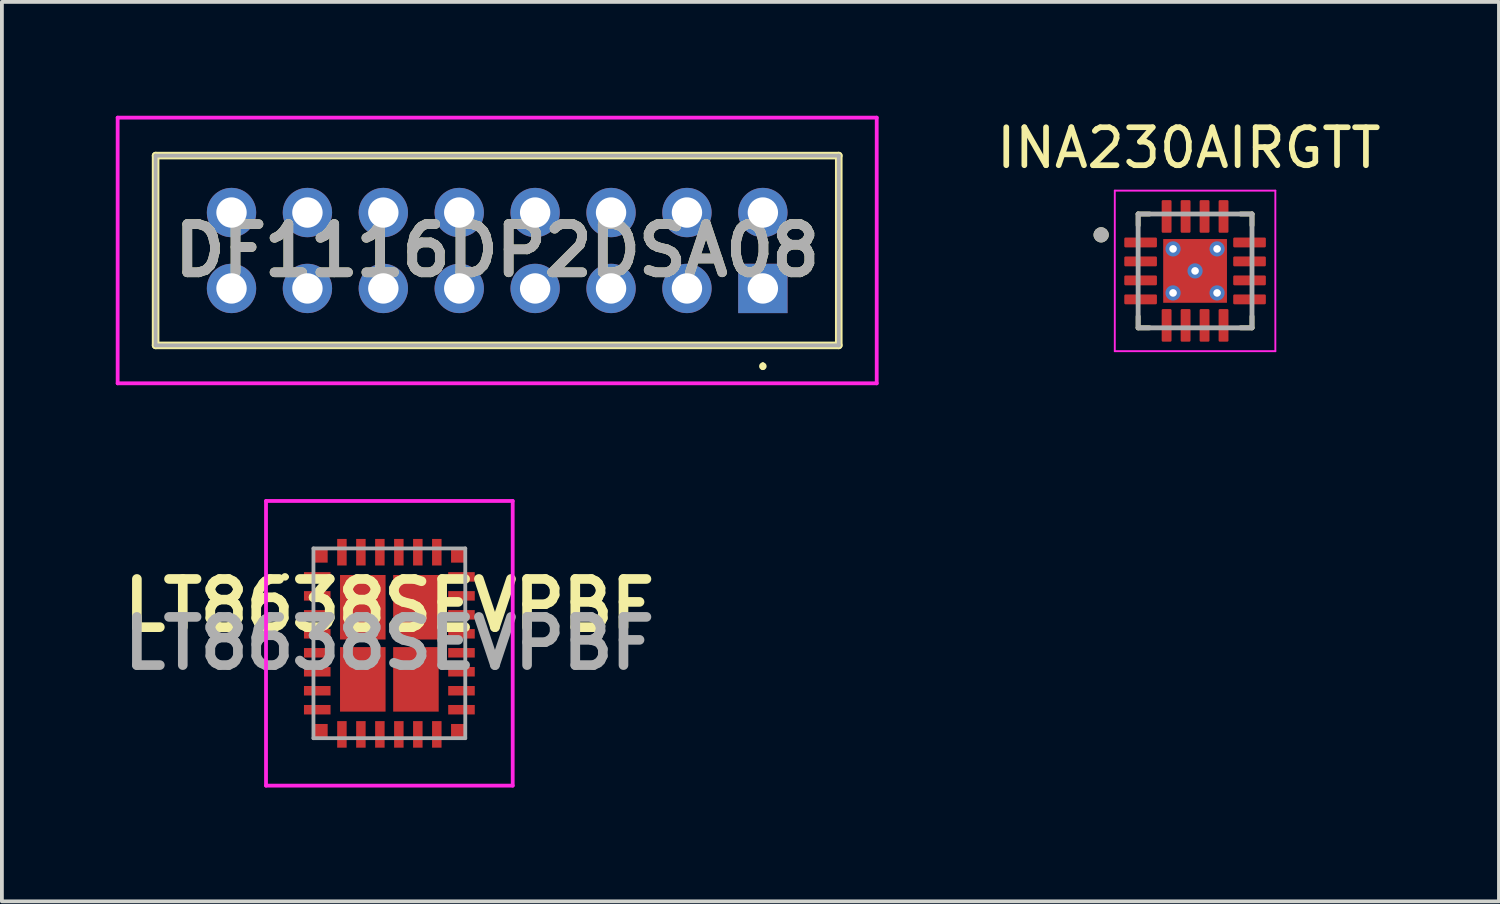
<source format=kicad_pcb>
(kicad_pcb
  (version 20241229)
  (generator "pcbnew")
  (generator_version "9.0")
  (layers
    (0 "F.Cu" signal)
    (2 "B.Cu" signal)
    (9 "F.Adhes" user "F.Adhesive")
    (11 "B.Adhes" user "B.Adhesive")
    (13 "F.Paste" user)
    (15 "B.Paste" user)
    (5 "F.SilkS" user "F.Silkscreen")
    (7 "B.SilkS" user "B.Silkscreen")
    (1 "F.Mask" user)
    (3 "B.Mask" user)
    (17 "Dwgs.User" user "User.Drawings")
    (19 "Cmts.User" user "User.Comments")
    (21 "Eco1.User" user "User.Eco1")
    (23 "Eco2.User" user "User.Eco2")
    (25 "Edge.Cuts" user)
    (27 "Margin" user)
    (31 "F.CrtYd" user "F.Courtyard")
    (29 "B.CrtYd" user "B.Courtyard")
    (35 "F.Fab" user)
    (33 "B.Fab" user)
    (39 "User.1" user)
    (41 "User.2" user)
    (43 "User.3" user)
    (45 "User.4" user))
  (footprint "INA230AIRGTT"
    (layer "F.Cu")
    (at 28.438 4.088)
    (property "Reference" "INA230AIRGTT" (at -0.165 -3.24 0) (layer "F.SilkS") (effects (font (size 1 1) (thickness 0.15))))
    (attr smd)
    (fp_line (start -1.5 -1.5) (end -1.5 -1.2) (stroke (width 0.127) (type solid)) (layer "F.SilkS"))
    (fp_line (start -1.5 -1.5) (end -1.2 -1.5) (stroke (width 0.127) (type solid)) (layer "F.SilkS"))
    (fp_line (start -1.5 1.5) (end -1.5 1.2) (stroke (width 0.127) (type solid)) (layer "F.SilkS"))
    (fp_line (start -1.5 1.5) (end -1.2 1.5) (stroke (width 0.127) (type solid)) (layer "F.SilkS"))
    (fp_line (start 1.5 -1.5) (end 1.2 -1.5) (stroke (width 0.127) (type solid)) (layer "F.SilkS"))
    (fp_line (start 1.5 -1.5) (end 1.5 -1.2) (stroke (width 0.127) (type solid)) (layer "F.SilkS"))
    (fp_line (start 1.5 1.5) (end 1.2 1.5) (stroke (width 0.127) (type solid)) (layer "F.SilkS"))
    (fp_line (start 1.5 1.5) (end 1.5 1.2) (stroke (width 0.127) (type solid)) (layer "F.SilkS"))
    (fp_circle (center -2.475 -0.95) (end -2.375 -0.95) (stroke (width 0.2) (type solid)) (fill no) (layer "F.SilkS"))
    (fp_poly (pts (xy -0.53 -0.53) (xy 0.53 -0.53) (xy 0.53 0.53) (xy -0.53 0.53)) (stroke (width 0.01) (type solid)) (fill yes) (layer "F.Paste"))
    (fp_line (start -2.115 -2.115) (end 2.115 -2.115) (stroke (width 0.05) (type solid)) (layer "F.CrtYd"))
    (fp_line (start -2.115 2.115) (end -2.115 -2.115) (stroke (width 0.05) (type solid)) (layer "F.CrtYd"))
    (fp_line (start -2.115 2.115) (end 2.115 2.115) (stroke (width 0.05) (type solid)) (layer "F.CrtYd"))
    (fp_line (start 2.115 2.115) (end 2.115 -2.115) (stroke (width 0.05) (type solid)) (layer "F.CrtYd"))
    (fp_line (start -1.5 1.5) (end -1.5 -1.5) (stroke (width 0.127) (type solid)) (layer "F.Fab"))
    (fp_line (start 1.5 -1.5) (end -1.5 -1.5) (stroke (width 0.127) (type solid)) (layer "F.Fab"))
    (fp_line (start 1.5 1.5) (end -1.5 1.5) (stroke (width 0.127) (type solid)) (layer "F.Fab"))
    (fp_line (start 1.5 1.5) (end 1.5 -1.5) (stroke (width 0.127) (type solid)) (layer "F.Fab"))
    (fp_circle (center -2.475 -0.95) (end -2.375 -0.95) (stroke (width 0.2) (type solid)) (fill no) (layer "F.Fab"))
    (pad "1" smd roundrect (at -1.435 -0.75) (size 0.86 0.26) (layers "F.Cu" "F.Mask" "F.Paste") (roundrect_rratio 0.125))
    (pad "2" smd roundrect (at -1.435 -0.25) (size 0.86 0.26) (layers "F.Cu" "F.Mask" "F.Paste") (roundrect_rratio 0.125))
    (pad "3" smd roundrect (at -1.435 0.25) (size 0.86 0.26) (layers "F.Cu" "F.Mask" "F.Paste") (roundrect_rratio 0.125))
    (pad "4" smd roundrect (at -1.435 0.75) (size 0.86 0.26) (layers "F.Cu" "F.Mask" "F.Paste") (roundrect_rratio 0.125))
    (pad "5" smd roundrect (at -0.75 1.435) (size 0.26 0.86) (layers "F.Cu" "F.Mask" "F.Paste") (roundrect_rratio 0.125))
    (pad "6" smd roundrect (at -0.75 -1.435) (size 0.26 0.86) (layers "F.Cu" "F.Mask" "F.Paste") (roundrect_rratio 0.125))
    (pad "6" smd roundrect (at -0.25 -1.435) (size 0.26 0.86) (layers "F.Cu" "F.Mask" "F.Paste") (roundrect_rratio 0.125))
    (pad "6" smd roundrect (at -0.25 1.435) (size 0.26 0.86) (layers "F.Cu" "F.Mask" "F.Paste") (roundrect_rratio 0.125))
    (pad "6" smd roundrect (at 0.25 -1.435) (size 0.26 0.86) (layers "F.Cu" "F.Mask" "F.Paste") (roundrect_rratio 0.125))
    (pad "6" smd roundrect (at 0.25 1.435) (size 0.26 0.86) (layers "F.Cu" "F.Mask" "F.Paste") (roundrect_rratio 0.125))
    (pad "6" smd roundrect (at 0.75 1.435) (size 0.26 0.86) (layers "F.Cu" "F.Mask" "F.Paste") (roundrect_rratio 0.125))
    (pad "9" smd roundrect (at 1.435 0.75) (size 0.86 0.26) (layers "F.Cu" "F.Mask" "F.Paste") (roundrect_rratio 0.125))
    (pad "10" smd roundrect (at 1.435 0.25) (size 0.86 0.26) (layers "F.Cu" "F.Mask" "F.Paste") (roundrect_rratio 0.125))
    (pad "11" smd roundrect (at 1.435 -0.25) (size 0.86 0.26) (layers "F.Cu" "F.Mask" "F.Paste") (roundrect_rratio 0.125))
    (pad "12" smd roundrect (at 1.435 -0.75) (size 0.86 0.26) (layers "F.Cu" "F.Mask" "F.Paste") (roundrect_rratio 0.125))
    (pad "13" smd roundrect (at 0.75 -1.435) (size 0.26 0.86) (layers "F.Cu" "F.Mask" "F.Paste") (roundrect_rratio 0.125))
    (pad "17" smd rect (at 0 0) (size 1.68 1.68) (layers "F.Cu" "F.Mask"))
    (pad "18" thru_hole circle (at 0 0) (size 0.4 0.4) (drill 0.2) (layers "*.Cu"))
    (pad "19" thru_hole circle (at -0.58 -0.58) (size 0.4 0.4) (drill 0.2) (layers "*.Cu"))
    (pad "20" thru_hole circle (at 0.58 -0.58) (size 0.4 0.4) (drill 0.2) (layers "*.Cu"))
    (pad "21" thru_hole circle (at -0.58 0.58) (size 0.4 0.4) (drill 0.2) (layers "*.Cu"))
    (pad "22" thru_hole circle (at 0.58 0.58) (size 0.4 0.4) (drill 0.2) (layers "*.Cu")))
  (footprint "DF1116DP2DSA08"
    (layer "F.Cu")
    (at 17.05 4.55)
    (property "Reference" "DF1116DP2DSA08" (at -7 -1 0) (layer "F.SilkS") (effects (font (size 1.27 1.27) (thickness 0.254))))
    (attr through_hole)
    (fp_line (start -16 -3.5) (end 2 -3.5) (stroke (width 0.2) (type solid)) (layer "F.SilkS"))
    (fp_line (start -16 1.5) (end -16 -3.5) (stroke (width 0.2) (type solid)) (layer "F.SilkS"))
    (fp_line (start 0 2) (end 0 2) (stroke (width 0.1) (type solid)) (layer "F.SilkS"))
    (fp_line (start 0 2.1) (end 0 2.1) (stroke (width 0.1) (type solid)) (layer "F.SilkS"))
    (fp_line (start 2 -3.5) (end 2 1.5) (stroke (width 0.2) (type solid)) (layer "F.SilkS"))
    (fp_line (start 2 1.5) (end -16 1.5) (stroke (width 0.2) (type solid)) (layer "F.SilkS"))
    (fp_arc (start 0 2) (mid 0.05 2.05) (end 0 2.1) (stroke (width 0.1) (type solid)) (layer "F.SilkS"))
    (fp_arc (start 0 2.1) (mid -0.05 2.05) (end 0 2) (stroke (width 0.1) (type solid)) (layer "F.SilkS"))
    (fp_line (start -17 -4.5) (end 3 -4.5) (stroke (width 0.1) (type solid)) (layer "F.CrtYd"))
    (fp_line (start -17 2.5) (end -17 -4.5) (stroke (width 0.1) (type solid)) (layer "F.CrtYd"))
    (fp_line (start 3 -4.5) (end 3 2.5) (stroke (width 0.1) (type solid)) (layer "F.CrtYd"))
    (fp_line (start 3 2.5) (end -17 2.5) (stroke (width 0.1) (type solid)) (layer "F.CrtYd"))
    (fp_line (start -16 -3.5) (end -16 1.5) (stroke (width 0.1) (type solid)) (layer "F.Fab"))
    (fp_line (start -16 1.5) (end 2 1.5) (stroke (width 0.1) (type solid)) (layer "F.Fab"))
    (fp_line (start 2 -3.5) (end -16 -3.5) (stroke (width 0.1) (type solid)) (layer "F.Fab"))
    (fp_line (start 2 1.5) (end 2 -3.5) (stroke (width 0.1) (type solid)) (layer "F.Fab"))
    (fp_text user "${REFERENCE}" (at -7 -1 0) (layer "F.Fab") (effects (font (size 1.27 1.27) (thickness 0.254))))
    (pad "1" thru_hole rect (at 0 0) (size 1.3 1.3) (drill 0.8) (layers "*.Cu" "*.Mask"))
    (pad "2" thru_hole circle (at 0 -2) (size 1.3 1.3) (drill 0.8) (layers "*.Cu" "*.Mask"))
    (pad "3" thru_hole circle (at -2 0) (size 1.3 1.3) (drill 0.8) (layers "*.Cu" "*.Mask"))
    (pad "4" thru_hole circle (at -2 -2) (size 1.3 1.3) (drill 0.8) (layers "*.Cu" "*.Mask"))
    (pad "5" thru_hole circle (at -4 0) (size 1.3 1.3) (drill 0.8) (layers "*.Cu" "*.Mask"))
    (pad "6" thru_hole circle (at -4 -2) (size 1.3 1.3) (drill 0.8) (layers "*.Cu" "*.Mask"))
    (pad "7" thru_hole circle (at -6 0) (size 1.3 1.3) (drill 0.8) (layers "*.Cu" "*.Mask"))
    (pad "8" thru_hole circle (at -6 -2) (size 1.3 1.3) (drill 0.8) (layers "*.Cu" "*.Mask"))
    (pad "9" thru_hole circle (at -8 0) (size 1.3 1.3) (drill 0.8) (layers "*.Cu" "*.Mask"))
    (pad "10" thru_hole circle (at -8 -2) (size 1.3 1.3) (drill 0.8) (layers "*.Cu" "*.Mask"))
    (pad "11" thru_hole circle (at -10 0) (size 1.3 1.3) (drill 0.8) (layers "*.Cu" "*.Mask"))
    (pad "12" thru_hole circle (at -10 -2) (size 1.3 1.3) (drill 0.8) (layers "*.Cu" "*.Mask"))
    (pad "13" thru_hole circle (at -12 0) (size 1.3 1.3) (drill 0.8) (layers "*.Cu" "*.Mask"))
    (pad "14" thru_hole circle (at -12 -2) (size 1.3 1.3) (drill 0.8) (layers "*.Cu" "*.Mask"))
    (pad "15" thru_hole circle (at -14 0) (size 1.3 1.3) (drill 0.8) (layers "*.Cu" "*.Mask"))
    (pad "16" thru_hole circle (at -14 -2) (size 1.3 1.3) (drill 0.8) (layers "*.Cu" "*.Mask")))
  (footprint "LT8638SEVPBF"
    (layer "F.Cu")
    (at 7.209 13.9)
    (property "Reference" "LT8638SEVPBF" (at 0 -1 0) (layer "F.SilkS") (effects (font (size 1.27 1.27) (thickness 0.254))))
    (attr smd)
    (fp_line (start -2.8 -1.75) (end -2.8 -1.75) (stroke (width 0.1) (type solid)) (layer "F.SilkS"))
    (fp_line (start -2.7 -1.75) (end -2.7 -1.75) (stroke (width 0.1) (type solid)) (layer "F.SilkS"))
    (fp_arc (start -2.8 -1.75) (mid -2.75 -1.8) (end -2.7 -1.75) (stroke (width 0.1) (type solid)) (layer "F.SilkS"))
    (fp_arc (start -2.7 -1.75) (mid -2.75 -1.7) (end -2.8 -1.75) (stroke (width 0.1) (type solid)) (layer "F.SilkS"))
    (fp_line (start -3.25 -3.75) (end 3.25 -3.75) (stroke (width 0.1) (type solid)) (layer "F.CrtYd"))
    (fp_line (start -3.25 3.75) (end -3.25 -3.75) (stroke (width 0.1) (type solid)) (layer "F.CrtYd"))
    (fp_line (start 3.25 -3.75) (end 3.25 3.75) (stroke (width 0.1) (type solid)) (layer "F.CrtYd"))
    (fp_line (start 3.25 3.75) (end -3.25 3.75) (stroke (width 0.1) (type solid)) (layer "F.CrtYd"))
    (fp_line (start -2 -2.5) (end -2 2.5) (stroke (width 0.1) (type solid)) (layer "F.Fab"))
    (fp_line (start -2 2.5) (end 2 2.5) (stroke (width 0.1) (type solid)) (layer "F.Fab"))
    (fp_line (start 2 -2.5) (end -2 -2.5) (stroke (width 0.1) (type solid)) (layer "F.Fab"))
    (fp_line (start 2 2.5) (end 2 -2.5) (stroke (width 0.1) (type solid)) (layer "F.Fab"))
    (fp_text user "${REFERENCE}" (at 0 0 0) (layer "F.Fab") (effects (font (size 1.27 1.27) (thickness 0.254))))
    (pad "1" smd rect (at -1.9 -1.75 90) (size 0.25 0.7) (layers "F.Cu" "F.Mask" "F.Paste"))
    (pad "2" smd rect (at -1.9 -1.25 90) (size 0.25 0.7) (layers "F.Cu" "F.Mask" "F.Paste"))
    (pad "3" smd rect (at -1.9 -0.75 90) (size 0.25 0.7) (layers "F.Cu" "F.Mask" "F.Paste"))
    (pad "4" smd rect (at -1.9 -0.25 90) (size 0.25 0.7) (layers "F.Cu" "F.Mask" "F.Paste"))
    (pad "5" smd rect (at -1.9 0.25 90) (size 0.25 0.7) (layers "F.Cu" "F.Mask" "F.Paste"))
    (pad "5" smd rect (at -1.9 0.75 90) (size 0.25 0.7) (layers "F.Cu" "F.Mask" "F.Paste"))
    (pad "5" smd rect (at -1.9 1.25 90) (size 0.25 0.7) (layers "F.Cu" "F.Mask" "F.Paste"))
    (pad "5" smd rect (at -1.9 1.75 90) (size 0.25 0.7) (layers "F.Cu" "F.Mask" "F.Paste"))
    (pad "9" smd rect (at -1.25 2.4) (size 0.25 0.7) (layers "F.Cu" "F.Mask" "F.Paste"))
    (pad "9" smd rect (at -0.75 2.4) (size 0.25 0.7) (layers "F.Cu" "F.Mask" "F.Paste"))
    (pad "9" smd rect (at -0.7 -0.95) (size 1.2 1.7) (layers "F.Cu" "F.Mask" "F.Paste"))
    (pad "9" smd rect (at -0.7 0.95) (size 1.2 1.7) (layers "F.Cu" "F.Mask" "F.Paste"))
    (pad "9" smd rect (at -0.25 2.4) (size 0.25 0.7) (layers "F.Cu" "F.Mask" "F.Paste"))
    (pad "9" smd rect (at 0.25 2.4) (size 0.25 0.7) (layers "F.Cu" "F.Mask" "F.Paste"))
    (pad "9" smd rect (at 0.7 -0.95) (size 1.2 1.7) (layers "F.Cu" "F.Mask" "F.Paste"))
    (pad "9" smd rect (at 0.7 0.95) (size 1.2 1.7) (layers "F.Cu" "F.Mask" "F.Paste"))
    (pad "9" smd rect (at 0.75 2.4) (size 0.25 0.7) (layers "F.Cu" "F.Mask" "F.Paste"))
    (pad "9" smd rect (at 1.25 2.4) (size 0.25 0.7) (layers "F.Cu" "F.Mask" "F.Paste"))
    (pad "9" smd rect (at 1.9 -0.75 90) (size 0.25 0.7) (layers "F.Cu" "F.Mask" "F.Paste"))
    (pad "18" smd rect (at 1.9 0.25 90) (size 0.25 0.7) (layers "F.Cu" "F.Mask" "F.Paste"))
    (pad "18" smd rect (at 1.9 0.75 90) (size 0.25 0.7) (layers "F.Cu" "F.Mask" "F.Paste"))
    (pad "18" smd rect (at 1.9 1.25 90) (size 0.25 0.7) (layers "F.Cu" "F.Mask" "F.Paste"))
    (pad "18" smd rect (at 1.9 1.75 90) (size 0.25 0.7) (layers "F.Cu" "F.Mask" "F.Paste"))
    (pad "19" smd rect (at -1.813 -2.313 90) (size 0.375 0.375) (layers "F.Cu" "F.Mask" "F.Paste"))
    (pad "19" smd rect (at -1.813 2.313 90) (size 0.375 0.375) (layers "F.Cu" "F.Mask" "F.Paste"))
    (pad "19" smd rect (at 1.813 -2.313 90) (size 0.375 0.375) (layers "F.Cu" "F.Mask" "F.Paste"))
    (pad "19" smd rect (at 1.813 2.313 90) (size 0.375 0.375) (layers "F.Cu" "F.Mask" "F.Paste"))
    (pad "19" smd rect (at 1.9 -0.25 90) (size 0.25 0.7) (layers "F.Cu" "F.Mask" "F.Paste"))
    (pad "21" smd rect (at 1.9 -1.25 90) (size 0.25 0.7) (layers "F.Cu" "F.Mask" "F.Paste"))
    (pad "22" smd rect (at 1.9 -1.75 90) (size 0.25 0.7) (layers "F.Cu" "F.Mask" "F.Paste"))
    (pad "23" smd rect (at 1.25 -2.4) (size 0.25 0.7) (layers "F.Cu" "F.Mask" "F.Paste"))
    (pad "24" smd rect (at 0.75 -2.4) (size 0.25 0.7) (layers "F.Cu" "F.Mask" "F.Paste"))
    (pad "25" smd rect (at 0.25 -2.4) (size 0.25 0.7) (layers "F.Cu" "F.Mask" "F.Paste"))
    (pad "26" smd rect (at -0.25 -2.4) (size 0.25 0.7) (layers "F.Cu" "F.Mask" "F.Paste"))
    (pad "27" smd rect (at -0.75 -2.4) (size 0.25 0.7) (layers "F.Cu" "F.Mask" "F.Paste"))
    (pad "28" smd rect (at -1.25 -2.4) (size 0.25 0.7) (layers "F.Cu" "F.Mask" "F.Paste")))
  (gr_rect
    (start -3 -3)
    (end 36.445 20.7)
    (stroke (width 0.1) (type default))
    (fill no)
    (layer "Edge.Cuts")))
</source>
